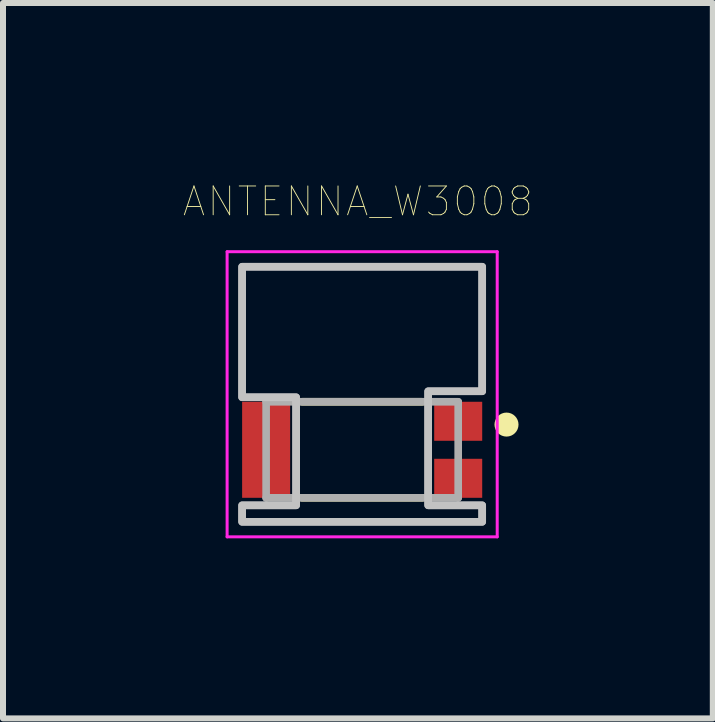
<source format=kicad_pcb>
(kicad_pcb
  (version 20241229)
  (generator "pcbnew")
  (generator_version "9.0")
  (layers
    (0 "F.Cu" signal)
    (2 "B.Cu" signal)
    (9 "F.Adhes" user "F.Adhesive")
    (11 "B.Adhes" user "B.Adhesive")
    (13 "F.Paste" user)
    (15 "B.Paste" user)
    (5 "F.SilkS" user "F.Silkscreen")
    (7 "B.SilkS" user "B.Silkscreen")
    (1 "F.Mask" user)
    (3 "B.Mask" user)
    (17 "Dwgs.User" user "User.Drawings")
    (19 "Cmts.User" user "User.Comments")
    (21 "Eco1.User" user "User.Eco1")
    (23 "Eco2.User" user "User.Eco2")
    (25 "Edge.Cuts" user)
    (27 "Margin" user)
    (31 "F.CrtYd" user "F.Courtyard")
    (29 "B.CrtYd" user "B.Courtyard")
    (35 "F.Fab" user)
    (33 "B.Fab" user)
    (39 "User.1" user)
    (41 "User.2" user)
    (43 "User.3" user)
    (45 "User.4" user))
  (footprint "ANTENNA_W3008"
    (layer "F.Cu")
    (at 2.984 4.444)
    (property "Reference" "ANTENNA_W3008" (at -0.071 -4.137 0) (layer "F.SilkS") (effects (font (size 0.48 0.48) (thickness 0.015))))
    (attr through_hole)
    (fp_line (start -1 -0.8) (end 1 -0.8) (stroke (width 0.127) (type solid)) (layer "F.SilkS"))
    (fp_line (start -1 0.8) (end 1 0.8) (stroke (width 0.127) (type solid)) (layer "F.SilkS"))
    (fp_circle (center 2.405 -0.42) (end 2.505 -0.42) (stroke (width 0.2) (type solid)) (fill no) (layer "F.SilkS"))
    (fp_poly (pts (xy -2 1.2) (xy -2 0.925) (xy -1.1 0.925) (xy -1.1 -0.875) (xy -2 -0.875) (xy -2 -3.05) (xy 2 -3.05) (xy 2 -0.975) (xy 1.1 -0.975) (xy 1.1 0.925) (xy 2 0.925) (xy 2 1.2)) (stroke (width 0.127) (type solid)) (fill no) (layer "Dwgs.User"))
    (fp_poly (pts (xy -2 1.2) (xy 2 1.2) (xy 2 0.925) (xy 1.1 0.925) (xy 1.1 -0.975) (xy 2 -0.975) (xy 2 -3.05) (xy -2 -3.05) (xy -2 -0.875) (xy -1.1 -0.875) (xy -1.1 0.925) (xy -2 0.925)) (stroke (width 0.127) (type solid)) (fill no) (layer "Dwgs.User"))
    (fp_line (start -2.25 -3.3) (end -2.25 1.45) (stroke (width 0.05) (type solid)) (layer "F.CrtYd"))
    (fp_line (start -2.25 1.45) (end 2.25 1.45) (stroke (width 0.05) (type solid)) (layer "F.CrtYd"))
    (fp_line (start 2.25 -3.3) (end -2.25 -3.3) (stroke (width 0.05) (type solid)) (layer "F.CrtYd"))
    (fp_line (start 2.25 1.45) (end 2.25 -3.3) (stroke (width 0.05) (type solid)) (layer "F.CrtYd"))
    (fp_line (start -1.6 -0.8) (end 1.6 -0.8) (stroke (width 0.127) (type solid)) (layer "F.Fab"))
    (fp_line (start -1.6 0.8) (end -1.6 -0.8) (stroke (width 0.127) (type solid)) (layer "F.Fab"))
    (fp_line (start 1.6 -0.8) (end 1.6 0.8) (stroke (width 0.127) (type solid)) (layer "F.Fab"))
    (fp_line (start 1.6 0.8) (end -1.6 0.8) (stroke (width 0.127) (type solid)) (layer "F.Fab"))
    (pad "FEED" smd rect (at 1.6 -0.475) (size 0.8 0.65) (layers "F.Cu" "F.Mask" "F.Paste"))
    (pad "G1" smd rect (at 1.6 0.475) (size 0.8 0.65) (layers "F.Cu" "F.Mask" "F.Paste"))
    (pad "G2" smd rect (at -1.6 0) (size 0.8 1.6) (layers "F.Cu" "F.Mask" "F.Paste")))
  (gr_rect
    (start -3 -3)
    (end 8.826 8.919)
    (stroke (width 0.1) (type default))
    (fill no)
    (layer "Edge.Cuts")))
</source>
